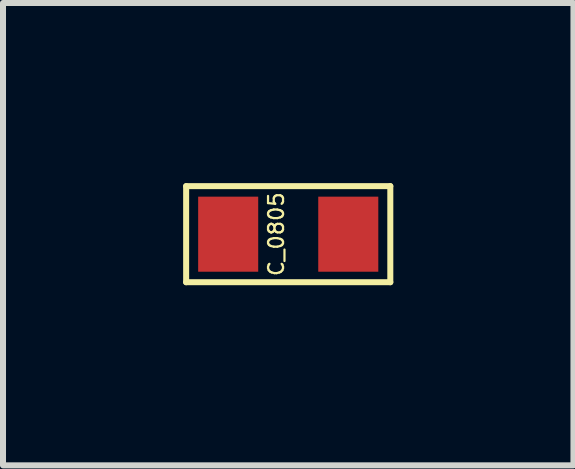
<source format=kicad_pcb>
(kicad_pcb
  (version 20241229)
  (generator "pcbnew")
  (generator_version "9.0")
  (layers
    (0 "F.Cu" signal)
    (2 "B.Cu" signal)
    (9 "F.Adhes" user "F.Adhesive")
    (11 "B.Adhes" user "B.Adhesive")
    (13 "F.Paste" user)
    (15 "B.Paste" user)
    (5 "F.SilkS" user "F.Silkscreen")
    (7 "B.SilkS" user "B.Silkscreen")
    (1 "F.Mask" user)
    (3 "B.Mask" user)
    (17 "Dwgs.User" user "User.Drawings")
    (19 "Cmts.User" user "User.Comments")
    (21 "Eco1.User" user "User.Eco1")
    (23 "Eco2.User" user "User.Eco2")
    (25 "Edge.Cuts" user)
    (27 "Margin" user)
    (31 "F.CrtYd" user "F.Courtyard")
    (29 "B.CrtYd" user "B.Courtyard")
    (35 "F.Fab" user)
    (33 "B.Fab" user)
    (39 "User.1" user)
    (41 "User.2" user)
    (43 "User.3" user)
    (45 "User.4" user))
  (footprint "C_0805"
    (layer "F.Cu")
    (at 1.75 0.85)
    (property "Reference" "C_0805" (at -0.2 0 90) (layer "F.SilkS") (effects (font (size 0.25 0.25) (thickness 0.037))))
    (attr smd)
    (fp_line (start -1.7 -0.8) (end -1.7 0.8) (stroke (width 0.1) (type solid)) (layer "F.SilkS"))
    (fp_line (start -1.7 0.8) (end 1.7 0.8) (stroke (width 0.1) (type solid)) (layer "F.SilkS"))
    (fp_line (start 1.7 -0.8) (end -1.7 -0.8) (stroke (width 0.1) (type solid)) (layer "F.SilkS"))
    (fp_line (start 1.7 0.8) (end 1.7 -0.8) (stroke (width 0.1) (type solid)) (layer "F.SilkS"))
    (pad "1" smd rect (at -1 0) (size 1 1.25) (layers "F.Cu" "F.Mask" "F.Paste"))
    (pad "2" smd rect (at 1 0) (size 1 1.25) (layers "F.Cu" "F.Mask" "F.Paste")))
  (gr_rect
    (start -3 -3)
    (end 6.5 4.7)
    (stroke (width 0.1) (type default))
    (fill no)
    (layer "Edge.Cuts")))
</source>
